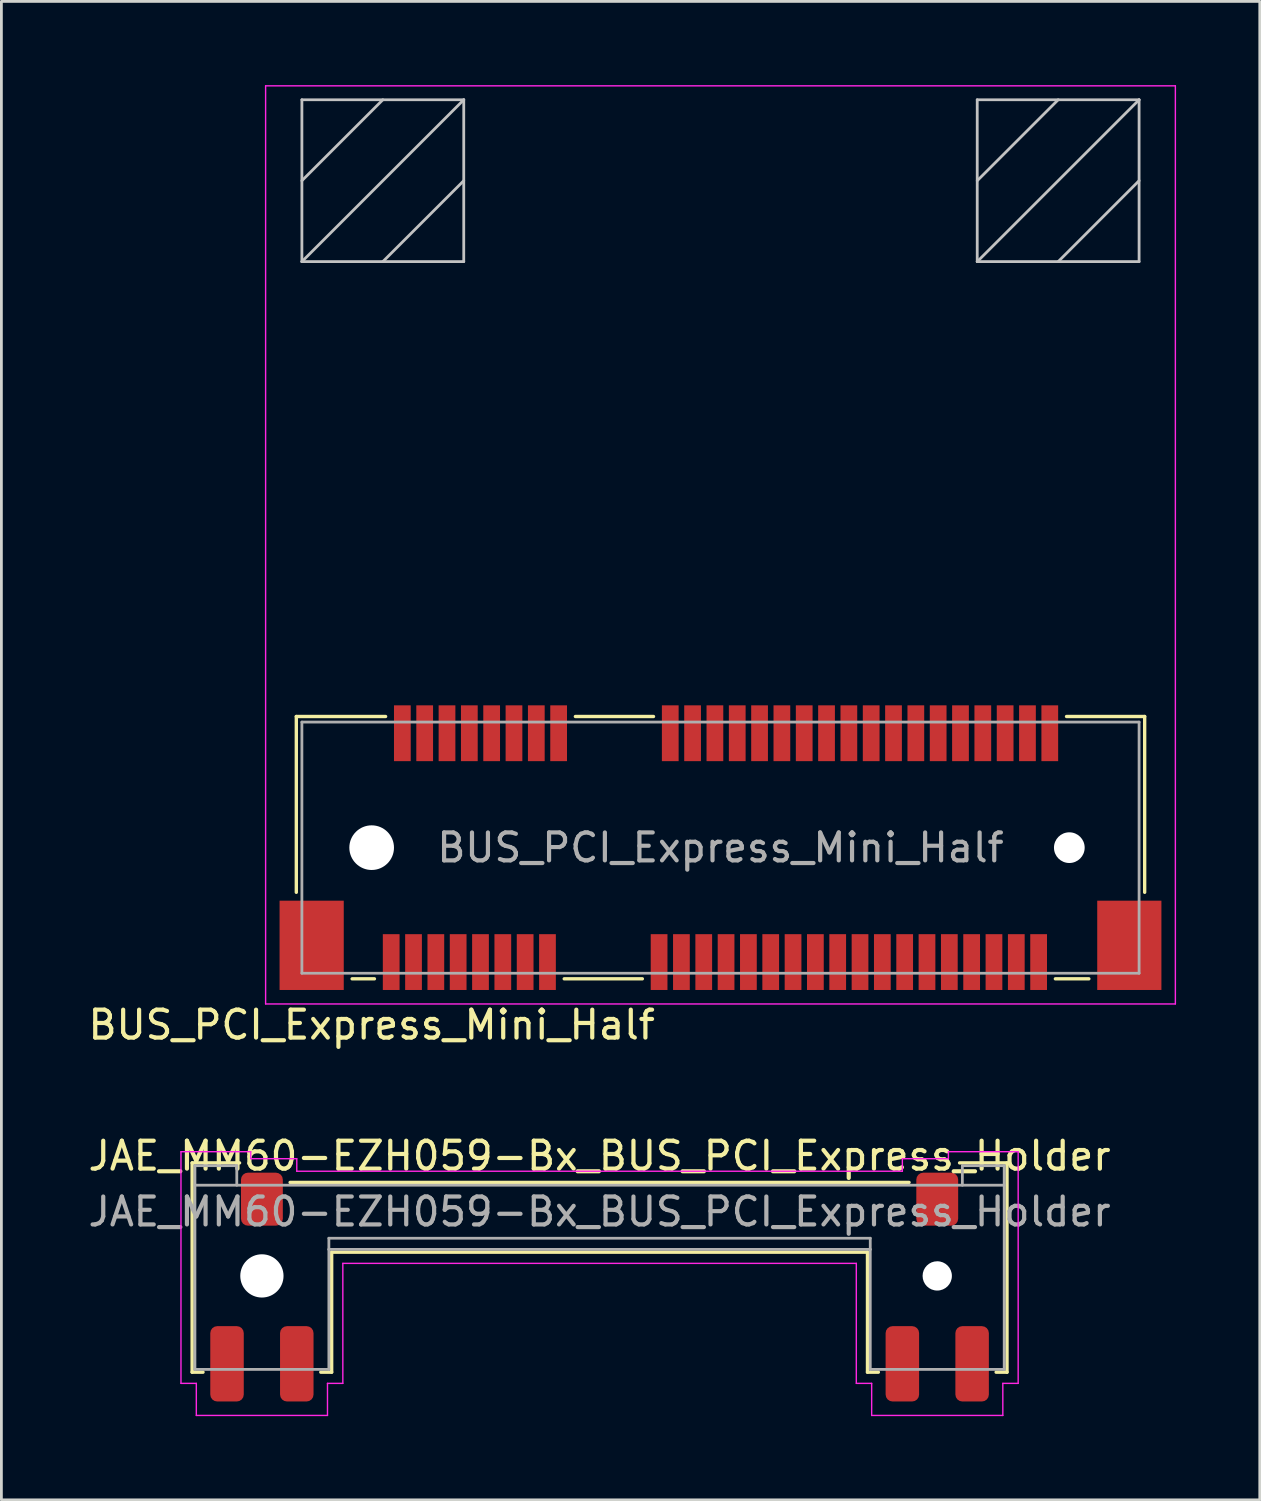
<source format=kicad_pcb>
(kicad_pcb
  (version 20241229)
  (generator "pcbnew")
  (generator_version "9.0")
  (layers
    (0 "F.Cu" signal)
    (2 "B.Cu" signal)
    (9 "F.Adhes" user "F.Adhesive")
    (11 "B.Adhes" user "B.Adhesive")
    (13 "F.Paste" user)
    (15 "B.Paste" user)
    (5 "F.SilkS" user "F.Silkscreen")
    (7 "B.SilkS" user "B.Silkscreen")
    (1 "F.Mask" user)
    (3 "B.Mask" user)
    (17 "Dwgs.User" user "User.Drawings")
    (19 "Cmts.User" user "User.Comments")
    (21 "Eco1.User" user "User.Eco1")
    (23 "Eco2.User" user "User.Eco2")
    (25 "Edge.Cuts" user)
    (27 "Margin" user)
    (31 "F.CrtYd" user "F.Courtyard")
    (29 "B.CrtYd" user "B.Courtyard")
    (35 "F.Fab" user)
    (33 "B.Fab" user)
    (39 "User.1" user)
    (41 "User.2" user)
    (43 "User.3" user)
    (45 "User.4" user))
  (footprint "JAE_MM60-EZH059-Bx_BUS_PCI_Express_Holder"
    (layer "F.Cu")
    (at 18.435 40.371)
    (property "Reference" "JAE_MM60-EZH059-Bx_BUS_PCI_Express_Holder" (at 0 -2 0) (layer "F.SilkS") (effects (font (size 1 1) (thickness 0.15))))
    (attr smd)
    (fp_line (start -14.6 -1.75) (end -12.9 -1.75) (stroke (width 0.12) (type solid)) (layer "F.SilkS"))
    (fp_line (start -14.6 5.75) (end -14.6 -1.75) (stroke (width 0.12) (type solid)) (layer "F.SilkS"))
    (fp_line (start -14.6 5.75) (end -14.21 5.75) (stroke (width 0.12) (type solid)) (layer "F.SilkS"))
    (fp_line (start -11.09 -1.05) (end 11.09 -1.05) (stroke (width 0.12) (type solid)) (layer "F.SilkS"))
    (fp_line (start -9.99 5.75) (end -9.6 5.75) (stroke (width 0.12) (type solid)) (layer "F.SilkS"))
    (fp_line (start -9.6 1.45) (end 9.6 1.45) (stroke (width 0.12) (type solid)) (layer "F.SilkS"))
    (fp_line (start -9.6 5.75) (end -9.6 1.45) (stroke (width 0.12) (type solid)) (layer "F.SilkS"))
    (fp_line (start 9.6 5.75) (end 9.6 1.45) (stroke (width 0.12) (type solid)) (layer "F.SilkS"))
    (fp_line (start 9.99 5.75) (end 9.6 5.75) (stroke (width 0.12) (type solid)) (layer "F.SilkS"))
    (fp_line (start 14.21 5.75) (end 14.6 5.75) (stroke (width 0.12) (type solid)) (layer "F.SilkS"))
    (fp_line (start 14.6 -1.75) (end 12.9 -1.75) (stroke (width 0.12) (type solid)) (layer "F.SilkS"))
    (fp_line (start 14.6 5.75) (end 14.6 -1.75) (stroke (width 0.12) (type solid)) (layer "F.SilkS"))
    (fp_line (start -15 -2.15) (end -15 6.15) (stroke (width 0.05) (type default)) (layer "F.CrtYd"))
    (fp_line (start -15 -2.15) (end -12.5 -2.15) (stroke (width 0.05) (type default)) (layer "F.CrtYd"))
    (fp_line (start -15 6.15) (end -14.45 6.15) (stroke (width 0.05) (type default)) (layer "F.CrtYd"))
    (fp_line (start -14.45 6.15) (end -14.45 7.3) (stroke (width 0.05) (type default)) (layer "F.CrtYd"))
    (fp_line (start -14.45 7.3) (end -9.75 7.3) (stroke (width 0.05) (type default)) (layer "F.CrtYd"))
    (fp_line (start -12.5 -2.15) (end -12.5 -1.9) (stroke (width 0.05) (type default)) (layer "F.CrtYd"))
    (fp_line (start -12.5 -1.9) (end -10.85 -1.9) (stroke (width 0.05) (type default)) (layer "F.CrtYd"))
    (fp_line (start -10.85 -1.9) (end -10.85 -1.45) (stroke (width 0.05) (type default)) (layer "F.CrtYd"))
    (fp_line (start -9.75 6.15) (end -9.2 6.15) (stroke (width 0.05) (type default)) (layer "F.CrtYd"))
    (fp_line (start -9.75 7.3) (end -9.75 6.15) (stroke (width 0.05) (type default)) (layer "F.CrtYd"))
    (fp_line (start -9.2 1.85) (end 9.2 1.85) (stroke (width 0.05) (type default)) (layer "F.CrtYd"))
    (fp_line (start -9.2 6.15) (end -9.2 1.85) (stroke (width 0.05) (type default)) (layer "F.CrtYd"))
    (fp_line (start 9.2 6.15) (end 9.2 1.85) (stroke (width 0.05) (type default)) (layer "F.CrtYd"))
    (fp_line (start 9.75 6.15) (end 9.2 6.15) (stroke (width 0.05) (type default)) (layer "F.CrtYd"))
    (fp_line (start 9.75 7.3) (end 9.75 6.15) (stroke (width 0.05) (type default)) (layer "F.CrtYd"))
    (fp_line (start 10.85 -1.9) (end 10.85 -1.45) (stroke (width 0.05) (type default)) (layer "F.CrtYd"))
    (fp_line (start 10.85 -1.45) (end -10.85 -1.45) (stroke (width 0.05) (type default)) (layer "F.CrtYd"))
    (fp_line (start 12.5 -2.15) (end 12.5 -1.9) (stroke (width 0.05) (type default)) (layer "F.CrtYd"))
    (fp_line (start 12.5 -1.9) (end 10.85 -1.9) (stroke (width 0.05) (type default)) (layer "F.CrtYd"))
    (fp_line (start 14.45 6.15) (end 14.45 7.3) (stroke (width 0.05) (type default)) (layer "F.CrtYd"))
    (fp_line (start 14.45 7.3) (end 9.75 7.3) (stroke (width 0.05) (type default)) (layer "F.CrtYd"))
    (fp_line (start 15 -2.15) (end 12.5 -2.15) (stroke (width 0.05) (type default)) (layer "F.CrtYd"))
    (fp_line (start 15 -2.15) (end 15 6.15) (stroke (width 0.05) (type default)) (layer "F.CrtYd"))
    (fp_line (start 15 6.15) (end 14.45 6.15) (stroke (width 0.05) (type default)) (layer "F.CrtYd"))
    (fp_line (start -14.5 -1.65) (end -13 -1.65) (stroke (width 0.1) (type default)) (layer "F.Fab"))
    (fp_line (start -14.5 -0.95) (end 14.5 -0.95) (stroke (width 0.1) (type solid)) (layer "F.Fab"))
    (fp_line (start -14.5 5.65) (end -14.5 -1.65) (stroke (width 0.1) (type solid)) (layer "F.Fab"))
    (fp_line (start -13 -1.65) (end -13 -0.95) (stroke (width 0.1) (type default)) (layer "F.Fab"))
    (fp_line (start -9.7 0.95) (end 9.7 0.95) (stroke (width 0.1) (type default)) (layer "F.Fab"))
    (fp_line (start -9.7 1.35) (end -9.7 0.95) (stroke (width 0.1) (type default)) (layer "F.Fab"))
    (fp_line (start -9.7 1.35) (end -9.7 5.65) (stroke (width 0.1) (type solid)) (layer "F.Fab"))
    (fp_line (start -9.7 1.35) (end 9.7 1.35) (stroke (width 0.1) (type default)) (layer "F.Fab"))
    (fp_line (start -9.7 5.65) (end -14.5 5.65) (stroke (width 0.1) (type solid)) (layer "F.Fab"))
    (fp_line (start 9.7 1.35) (end 9.7 0.95) (stroke (width 0.1) (type default)) (layer "F.Fab"))
    (fp_line (start 9.7 1.35) (end 9.7 5.65) (stroke (width 0.1) (type solid)) (layer "F.Fab"))
    (fp_line (start 13 -1.65) (end 13 -0.95) (stroke (width 0.1) (type default)) (layer "F.Fab"))
    (fp_line (start 14.5 -1.65) (end 13 -1.65) (stroke (width 0.1) (type default)) (layer "F.Fab"))
    (fp_line (start 14.5 -1.65) (end 14.5 5.65) (stroke (width 0.1) (type solid)) (layer "F.Fab"))
    (fp_line (start 14.5 5.65) (end 9.7 5.65) (stroke (width 0.1) (type solid)) (layer "F.Fab"))
    (fp_text user "${REFERENCE}" (at 0 0 0) (layer "F.Fab") (effects (font (size 1 1) (thickness 0.15))))
    (pad "" np_thru_hole circle (at -12.1 2.3) (size 1.55 1.55) (drill 1.55) (layers "*.Cu" "*.Mask"))
    (pad "" np_thru_hole circle (at 12.1 2.3) (size 1.05 1.05) (drill 1.05) (layers "*.Cu" "*.Mask"))
    (pad "MP" smd roundrect (at -13.35 5.45) (size 1.2 2.7) (layers "F.Cu" "F.Mask" "F.Paste") (roundrect_rratio 0.208))
    (pad "MP" smd roundrect (at -12.1 -0.45) (size 1.5 1.9) (layers "F.Cu" "F.Mask" "F.Paste") (roundrect_rratio 0.167))
    (pad "MP" smd roundrect (at -10.85 5.45) (size 1.2 2.7) (layers "F.Cu" "F.Mask" "F.Paste") (roundrect_rratio 0.208))
    (pad "MP" smd roundrect (at 10.85 5.45) (size 1.2 2.7) (layers "F.Cu" "F.Mask" "F.Paste") (roundrect_rratio 0.208))
    (pad "MP" smd roundrect (at 12.1 -0.45) (size 1.5 1.9) (layers "F.Cu" "F.Mask" "F.Paste") (roundrect_rratio 0.167))
    (pad "MP" smd roundrect (at 13.35 5.45) (size 1.2 2.7) (layers "F.Cu" "F.Mask" "F.Paste") (roundrect_rratio 0.208)))
  (footprint "BUS_PCI_Express_Mini_Half"
    (layer "F.Cu")
    (at 22.768 27.325)
    (property "Reference" "BUS_PCI_Express_Mini_Half" (at -12.5 6.35 180) (layer "F.SilkS") (effects (font (size 1 1) (thickness 0.15))))
    (attr smd)
    (fp_line (start -15.2 -4.7) (end -15.2 1.6) (stroke (width 0.12) (type solid)) (layer "F.SilkS"))
    (fp_line (start -13.2 4.7) (end -12.4 4.7) (stroke (width 0.12) (type solid)) (layer "F.SilkS"))
    (fp_line (start -12 -4.7) (end -15.2 -4.7) (stroke (width 0.12) (type solid)) (layer "F.SilkS"))
    (fp_line (start -5.6 4.7) (end -2.8 4.7) (stroke (width 0.12) (type solid)) (layer "F.SilkS"))
    (fp_line (start -2.4 -4.7) (end -5.2 -4.7) (stroke (width 0.12) (type solid)) (layer "F.SilkS"))
    (fp_line (start 12 4.7) (end 13.2 4.7) (stroke (width 0.12) (type solid)) (layer "F.SilkS"))
    (fp_line (start 15.2 -4.7) (end 12.4 -4.7) (stroke (width 0.12) (type solid)) (layer "F.SilkS"))
    (fp_line (start 15.2 1.6) (end 15.2 -4.7) (stroke (width 0.12) (type solid)) (layer "F.SilkS"))
    (fp_line (start -15 -26.8) (end -15 -21) (stroke (width 0.1) (type solid)) (layer "Dwgs.User"))
    (fp_line (start -15 -21) (end -9.2 -26.8) (stroke (width 0.1) (type solid)) (layer "Dwgs.User"))
    (fp_line (start -15 -21) (end -9.2 -21) (stroke (width 0.1) (type solid)) (layer "Dwgs.User"))
    (fp_line (start -12.1 -26.8) (end -15 -23.9) (stroke (width 0.1) (type solid)) (layer "Dwgs.User"))
    (fp_line (start -9.2 -26.8) (end -15 -26.8) (stroke (width 0.1) (type solid)) (layer "Dwgs.User"))
    (fp_line (start -9.2 -23.9) (end -12.1 -21) (stroke (width 0.1) (type solid)) (layer "Dwgs.User"))
    (fp_line (start -9.2 -21) (end -9.2 -26.8) (stroke (width 0.1) (type solid)) (layer "Dwgs.User"))
    (fp_line (start 9.2 -26.8) (end 15 -26.8) (stroke (width 0.1) (type solid)) (layer "Dwgs.User"))
    (fp_line (start 9.2 -21) (end 9.2 -26.8) (stroke (width 0.1) (type solid)) (layer "Dwgs.User"))
    (fp_line (start 12.1 -26.8) (end 9.2 -23.9) (stroke (width 0.1) (type solid)) (layer "Dwgs.User"))
    (fp_line (start 15 -26.8) (end 9.2 -21) (stroke (width 0.1) (type solid)) (layer "Dwgs.User"))
    (fp_line (start 15 -26.8) (end 15 -21) (stroke (width 0.1) (type solid)) (layer "Dwgs.User"))
    (fp_line (start 15 -23.9) (end 12.1 -21) (stroke (width 0.1) (type solid)) (layer "Dwgs.User"))
    (fp_line (start 15 -21) (end 9.2 -21) (stroke (width 0.1) (type solid)) (layer "Dwgs.User"))
    (fp_line (start -16.3 -27.3) (end 16.3 -27.3) (stroke (width 0.05) (type solid)) (layer "F.CrtYd"))
    (fp_line (start -16.3 5.6) (end -16.3 -27.3) (stroke (width 0.05) (type solid)) (layer "F.CrtYd"))
    (fp_line (start 16.3 -27.3) (end 16.3 5.6) (stroke (width 0.05) (type solid)) (layer "F.CrtYd"))
    (fp_line (start 16.3 5.6) (end -16.3 5.6) (stroke (width 0.05) (type solid)) (layer "F.CrtYd"))
    (fp_line (start -15 -4.5) (end -15 4.5) (stroke (width 0.1) (type solid)) (layer "F.Fab"))
    (fp_line (start -15 4.5) (end 15 4.5) (stroke (width 0.1) (type solid)) (layer "F.Fab"))
    (fp_line (start 15 -4.5) (end -15 -4.5) (stroke (width 0.1) (type solid)) (layer "F.Fab"))
    (fp_line (start 15 4.5) (end 15 -4.5) (stroke (width 0.1) (type solid)) (layer "F.Fab"))
    (fp_text user "${REFERENCE}" (at 0 0 0) (layer "F.Fab") (effects (font (size 1 1) (thickness 0.15))))
    (pad "" np_thru_hole circle (at -12.5 0) (size 1.6 1.6) (drill 1.6) (layers "*.Cu" "*.Mask"))
    (pad "" np_thru_hole circle (at 12.5 0) (size 1.1 1.1) (drill 1.1) (layers "*.Cu" "*.Mask"))
    (pad "1" smd rect (at -11.8 4.1) (size 0.6 2) (layers "F.Cu" "F.Mask" "F.Paste"))
    (pad "2" smd rect (at -11.4 -4.1) (size 0.6 2) (layers "F.Cu" "F.Mask" "F.Paste"))
    (pad "3" smd rect (at -11 4.1) (size 0.6 2) (layers "F.Cu" "F.Mask" "F.Paste"))
    (pad "4" smd rect (at -10.6 -4.1) (size 0.6 2) (layers "F.Cu" "F.Mask" "F.Paste"))
    (pad "5" smd rect (at -10.2 4.1) (size 0.6 2) (layers "F.Cu" "F.Mask" "F.Paste"))
    (pad "6" smd rect (at -9.8 -4.1) (size 0.6 2) (layers "F.Cu" "F.Mask" "F.Paste"))
    (pad "7" smd rect (at -9.4 4.1) (size 0.6 2) (layers "F.Cu" "F.Mask" "F.Paste"))
    (pad "8" smd rect (at -9 -4.1) (size 0.6 2) (layers "F.Cu" "F.Mask" "F.Paste"))
    (pad "9" smd rect (at -8.6 4.1) (size 0.6 2) (layers "F.Cu" "F.Mask" "F.Paste"))
    (pad "10" smd rect (at -8.2 -4.1) (size 0.6 2) (layers "F.Cu" "F.Mask" "F.Paste"))
    (pad "11" smd rect (at -7.8 4.1) (size 0.6 2) (layers "F.Cu" "F.Mask" "F.Paste"))
    (pad "12" smd rect (at -7.4 -4.1) (size 0.6 2) (layers "F.Cu" "F.Mask" "F.Paste"))
    (pad "13" smd rect (at -7 4.1) (size 0.6 2) (layers "F.Cu" "F.Mask" "F.Paste"))
    (pad "14" smd rect (at -6.6 -4.1) (size 0.6 2) (layers "F.Cu" "F.Mask" "F.Paste"))
    (pad "15" smd rect (at -6.2 4.1) (size 0.6 2) (layers "F.Cu" "F.Mask" "F.Paste"))
    (pad "16" smd rect (at -5.8 -4.1) (size 0.6 2) (layers "F.Cu" "F.Mask" "F.Paste"))
    (pad "17" smd rect (at -2.2 4.1) (size 0.6 2) (layers "F.Cu" "F.Mask" "F.Paste"))
    (pad "18" smd rect (at -1.8 -4.1) (size 0.6 2) (layers "F.Cu" "F.Mask" "F.Paste"))
    (pad "19" smd rect (at -1.4 4.1) (size 0.6 2) (layers "F.Cu" "F.Mask" "F.Paste"))
    (pad "20" smd rect (at -1 -4.1) (size 0.6 2) (layers "F.Cu" "F.Mask" "F.Paste"))
    (pad "21" smd rect (at -0.6 4.1) (size 0.6 2) (layers "F.Cu" "F.Mask" "F.Paste"))
    (pad "22" smd rect (at -0.2 -4.1) (size 0.6 2) (layers "F.Cu" "F.Mask" "F.Paste"))
    (pad "23" smd rect (at 0.2 4.1) (size 0.6 2) (layers "F.Cu" "F.Mask" "F.Paste"))
    (pad "24" smd rect (at 0.6 -4.1) (size 0.6 2) (layers "F.Cu" "F.Mask" "F.Paste"))
    (pad "25" smd rect (at 1 4.1) (size 0.6 2) (layers "F.Cu" "F.Mask" "F.Paste"))
    (pad "26" smd rect (at 1.4 -4.1) (size 0.6 2) (layers "F.Cu" "F.Mask" "F.Paste"))
    (pad "27" smd rect (at 1.8 4.1) (size 0.6 2) (layers "F.Cu" "F.Mask" "F.Paste"))
    (pad "28" smd rect (at 2.2 -4.1) (size 0.6 2) (layers "F.Cu" "F.Mask" "F.Paste"))
    (pad "29" smd rect (at 2.6 4.1) (size 0.6 2) (layers "F.Cu" "F.Mask" "F.Paste"))
    (pad "30" smd rect (at 3 -4.1) (size 0.6 2) (layers "F.Cu" "F.Mask" "F.Paste"))
    (pad "31" smd rect (at 3.4 4.1) (size 0.6 2) (layers "F.Cu" "F.Mask" "F.Paste"))
    (pad "32" smd rect (at 3.8 -4.1) (size 0.6 2) (layers "F.Cu" "F.Mask" "F.Paste"))
    (pad "33" smd rect (at 4.2 4.1) (size 0.6 2) (layers "F.Cu" "F.Mask" "F.Paste"))
    (pad "34" smd rect (at 4.6 -4.1) (size 0.6 2) (layers "F.Cu" "F.Mask" "F.Paste"))
    (pad "35" smd rect (at 5 4.1) (size 0.6 2) (layers "F.Cu" "F.Mask" "F.Paste"))
    (pad "36" smd rect (at 5.4 -4.1) (size 0.6 2) (layers "F.Cu" "F.Mask" "F.Paste"))
    (pad "37" smd rect (at 5.8 4.1) (size 0.6 2) (layers "F.Cu" "F.Mask" "F.Paste"))
    (pad "38" smd rect (at 6.2 -4.1) (size 0.6 2) (layers "F.Cu" "F.Mask" "F.Paste"))
    (pad "39" smd rect (at 6.6 4.1) (size 0.6 2) (layers "F.Cu" "F.Mask" "F.Paste"))
    (pad "40" smd rect (at 7 -4.1) (size 0.6 2) (layers "F.Cu" "F.Mask" "F.Paste"))
    (pad "41" smd rect (at 7.4 4.1) (size 0.6 2) (layers "F.Cu" "F.Mask" "F.Paste"))
    (pad "42" smd rect (at 7.8 -4.1) (size 0.6 2) (layers "F.Cu" "F.Mask" "F.Paste"))
    (pad "43" smd rect (at 8.2 4.1) (size 0.6 2) (layers "F.Cu" "F.Mask" "F.Paste"))
    (pad "44" smd rect (at 8.6 -4.1) (size 0.6 2) (layers "F.Cu" "F.Mask" "F.Paste"))
    (pad "45" smd rect (at 9 4.1) (size 0.6 2) (layers "F.Cu" "F.Mask" "F.Paste"))
    (pad "46" smd rect (at 9.4 -4.1) (size 0.6 2) (layers "F.Cu" "F.Mask" "F.Paste"))
    (pad "47" smd rect (at 9.8 4.1) (size 0.6 2) (layers "F.Cu" "F.Mask" "F.Paste"))
    (pad "48" smd rect (at 10.2 -4.1) (size 0.6 2) (layers "F.Cu" "F.Mask" "F.Paste"))
    (pad "49" smd rect (at 10.6 4.1) (size 0.6 2) (layers "F.Cu" "F.Mask" "F.Paste"))
    (pad "50" smd rect (at 11 -4.1) (size 0.6 2) (layers "F.Cu" "F.Mask" "F.Paste"))
    (pad "51" smd rect (at 11.4 4.1) (size 0.6 2) (layers "F.Cu" "F.Mask" "F.Paste"))
    (pad "52" smd rect (at 11.8 -4.1) (size 0.6 2) (layers "F.Cu" "F.Mask" "F.Paste"))
    (pad "MP" smd rect (at -14.65 3.5) (size 2.3 3.2) (layers "F.Cu" "F.Mask" "F.Paste"))
    (pad "MP" smd rect (at 14.65 3.5) (size 2.3 3.2) (layers "F.Cu" "F.Mask" "F.Paste")))
  (gr_rect
    (start -3 -3)
    (end 42.093 50.697)
    (stroke (width 0.1) (type default))
    (fill no)
    (layer "Edge.Cuts")))
</source>
